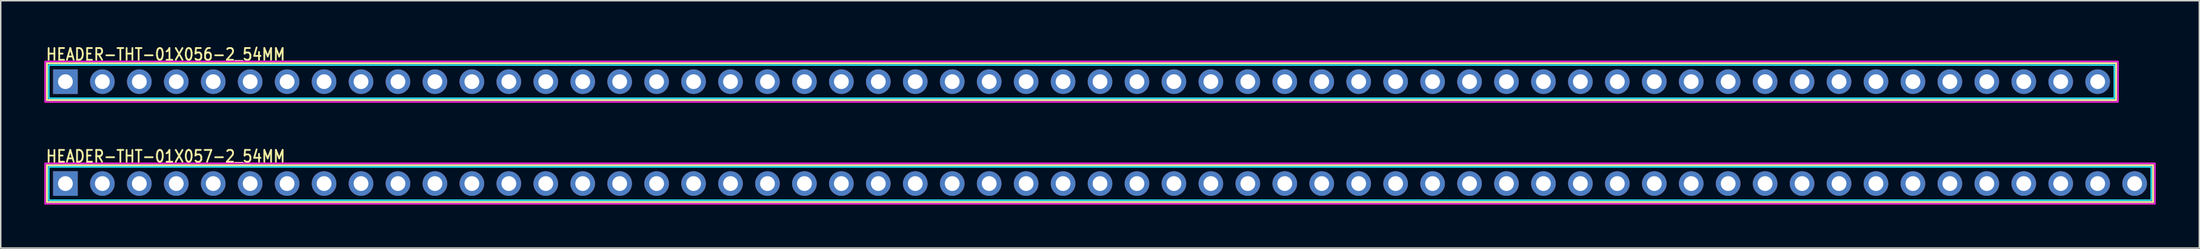
<source format=kicad_pcb>
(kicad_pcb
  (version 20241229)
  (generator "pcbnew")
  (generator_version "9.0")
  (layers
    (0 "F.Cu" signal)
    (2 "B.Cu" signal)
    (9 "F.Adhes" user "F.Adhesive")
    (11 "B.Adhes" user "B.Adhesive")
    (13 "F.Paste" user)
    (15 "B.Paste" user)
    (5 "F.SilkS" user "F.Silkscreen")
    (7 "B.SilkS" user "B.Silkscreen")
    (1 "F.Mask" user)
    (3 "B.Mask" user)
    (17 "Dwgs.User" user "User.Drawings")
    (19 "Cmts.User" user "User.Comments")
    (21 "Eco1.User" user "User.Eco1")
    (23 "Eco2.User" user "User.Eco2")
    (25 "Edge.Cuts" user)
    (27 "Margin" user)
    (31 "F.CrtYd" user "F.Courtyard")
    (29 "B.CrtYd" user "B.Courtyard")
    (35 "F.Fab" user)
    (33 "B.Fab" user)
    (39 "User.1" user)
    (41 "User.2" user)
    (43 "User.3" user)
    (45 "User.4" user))
  (footprint "HEADER-THT-01X057-2_54MM"
    (layer "F.Cu")
    (at 1.447 9.604)
    (property "Reference" "HEADER-THT-01X057-2_54MM" (at -1.4 -1.4 0) (unlocked yes) (layer "F.SilkS") (effects (font (size 0.813 0.695) (thickness 0.122)) (justify left bottom)))
    (fp_line (start -1.27 -1.27) (end -1.27 1.27) (stroke (width 0.127) (type solid)) (layer "F.SilkS"))
    (fp_line (start -1.27 1.27) (end 143.51 1.27) (stroke (width 0.127) (type solid)) (layer "F.SilkS"))
    (fp_line (start 143.51 -1.27) (end -1.27 -1.27) (stroke (width 0.127) (type solid)) (layer "F.SilkS"))
    (fp_line (start 143.51 1.27) (end 143.51 -1.27) (stroke (width 0.127) (type solid)) (layer "F.SilkS"))
    (fp_poly (pts (xy -1.143 -1.143) (xy 143.383 -1.143) (xy 143.383 1.143) (xy -1.143 1.143)) (stroke (width 0.1) (type solid)) (fill no) (layer "B.CrtYd"))
    (fp_poly (pts (xy -1.397 -1.397) (xy 143.637 -1.397) (xy 143.637 1.397) (xy -1.397 1.397)) (stroke (width 0.1) (type solid)) (fill no) (layer "F.CrtYd"))
    (pad "1" thru_hole rect (at 0 0) (size 1.693 1.693) (drill 1.016) (layers "*.Cu" "*.Mask"))
    (pad "2" thru_hole oval (at 2.54 0) (size 1.693 1.693) (drill 1.016) (layers "*.Cu" "*.Mask"))
    (pad "3" thru_hole oval (at 5.08 0) (size 1.693 1.693) (drill 1.016) (layers "*.Cu" "*.Mask"))
    (pad "4" thru_hole oval (at 7.62 0) (size 1.693 1.693) (drill 1.016) (layers "*.Cu" "*.Mask"))
    (pad "5" thru_hole oval (at 10.16 0) (size 1.693 1.693) (drill 1.016) (layers "*.Cu" "*.Mask"))
    (pad "6" thru_hole oval (at 12.7 0) (size 1.693 1.693) (drill 1.016) (layers "*.Cu" "*.Mask"))
    (pad "7" thru_hole oval (at 15.24 0) (size 1.693 1.693) (drill 1.016) (layers "*.Cu" "*.Mask"))
    (pad "8" thru_hole oval (at 17.78 0) (size 1.693 1.693) (drill 1.016) (layers "*.Cu" "*.Mask"))
    (pad "9" thru_hole oval (at 20.32 0) (size 1.693 1.693) (drill 1.016) (layers "*.Cu" "*.Mask"))
    (pad "10" thru_hole oval (at 22.86 0) (size 1.693 1.693) (drill 1.016) (layers "*.Cu" "*.Mask"))
    (pad "11" thru_hole oval (at 25.4 0) (size 1.693 1.693) (drill 1.016) (layers "*.Cu" "*.Mask"))
    (pad "12" thru_hole oval (at 27.94 0) (size 1.693 1.693) (drill 1.016) (layers "*.Cu" "*.Mask"))
    (pad "13" thru_hole oval (at 30.48 0) (size 1.693 1.693) (drill 1.016) (layers "*.Cu" "*.Mask"))
    (pad "14" thru_hole oval (at 33.02 0) (size 1.693 1.693) (drill 1.016) (layers "*.Cu" "*.Mask"))
    (pad "15" thru_hole oval (at 35.56 0) (size 1.693 1.693) (drill 1.016) (layers "*.Cu" "*.Mask"))
    (pad "16" thru_hole oval (at 38.1 0) (size 1.693 1.693) (drill 1.016) (layers "*.Cu" "*.Mask"))
    (pad "17" thru_hole oval (at 40.64 0) (size 1.693 1.693) (drill 1.016) (layers "*.Cu" "*.Mask"))
    (pad "18" thru_hole oval (at 43.18 0) (size 1.693 1.693) (drill 1.016) (layers "*.Cu" "*.Mask"))
    (pad "19" thru_hole oval (at 45.72 0) (size 1.693 1.693) (drill 1.016) (layers "*.Cu" "*.Mask"))
    (pad "20" thru_hole oval (at 48.26 0) (size 1.693 1.693) (drill 1.016) (layers "*.Cu" "*.Mask"))
    (pad "21" thru_hole oval (at 50.8 0) (size 1.693 1.693) (drill 1.016) (layers "*.Cu" "*.Mask"))
    (pad "22" thru_hole oval (at 53.34 0) (size 1.693 1.693) (drill 1.016) (layers "*.Cu" "*.Mask"))
    (pad "23" thru_hole oval (at 55.88 0) (size 1.693 1.693) (drill 1.016) (layers "*.Cu" "*.Mask"))
    (pad "24" thru_hole oval (at 58.42 0) (size 1.693 1.693) (drill 1.016) (layers "*.Cu" "*.Mask"))
    (pad "25" thru_hole oval (at 60.96 0) (size 1.693 1.693) (drill 1.016) (layers "*.Cu" "*.Mask"))
    (pad "26" thru_hole oval (at 63.5 0) (size 1.693 1.693) (drill 1.016) (layers "*.Cu" "*.Mask"))
    (pad "27" thru_hole oval (at 66.04 0) (size 1.693 1.693) (drill 1.016) (layers "*.Cu" "*.Mask"))
    (pad "28" thru_hole oval (at 68.58 0) (size 1.693 1.693) (drill 1.016) (layers "*.Cu" "*.Mask"))
    (pad "29" thru_hole oval (at 71.12 0) (size 1.693 1.693) (drill 1.016) (layers "*.Cu" "*.Mask"))
    (pad "30" thru_hole oval (at 73.66 0) (size 1.693 1.693) (drill 1.016) (layers "*.Cu" "*.Mask"))
    (pad "31" thru_hole oval (at 76.2 0) (size 1.693 1.693) (drill 1.016) (layers "*.Cu" "*.Mask"))
    (pad "32" thru_hole oval (at 78.74 0) (size 1.693 1.693) (drill 1.016) (layers "*.Cu" "*.Mask"))
    (pad "33" thru_hole oval (at 81.28 0) (size 1.693 1.693) (drill 1.016) (layers "*.Cu" "*.Mask"))
    (pad "34" thru_hole oval (at 83.82 0) (size 1.693 1.693) (drill 1.016) (layers "*.Cu" "*.Mask"))
    (pad "35" thru_hole oval (at 86.36 0) (size 1.693 1.693) (drill 1.016) (layers "*.Cu" "*.Mask"))
    (pad "36" thru_hole oval (at 88.9 0) (size 1.693 1.693) (drill 1.016) (layers "*.Cu" "*.Mask"))
    (pad "37" thru_hole oval (at 91.44 0) (size 1.693 1.693) (drill 1.016) (layers "*.Cu" "*.Mask"))
    (pad "38" thru_hole oval (at 93.98 0) (size 1.693 1.693) (drill 1.016) (layers "*.Cu" "*.Mask"))
    (pad "39" thru_hole oval (at 96.52 0) (size 1.693 1.693) (drill 1.016) (layers "*.Cu" "*.Mask"))
    (pad "40" thru_hole oval (at 99.06 0) (size 1.693 1.693) (drill 1.016) (layers "*.Cu" "*.Mask"))
    (pad "41" thru_hole oval (at 101.6 0) (size 1.693 1.693) (drill 1.016) (layers "*.Cu" "*.Mask"))
    (pad "42" thru_hole oval (at 104.14 0) (size 1.693 1.693) (drill 1.016) (layers "*.Cu" "*.Mask"))
    (pad "43" thru_hole oval (at 106.68 0) (size 1.693 1.693) (drill 1.016) (layers "*.Cu" "*.Mask"))
    (pad "44" thru_hole oval (at 109.22 0) (size 1.693 1.693) (drill 1.016) (layers "*.Cu" "*.Mask"))
    (pad "45" thru_hole oval (at 111.76 0) (size 1.693 1.693) (drill 1.016) (layers "*.Cu" "*.Mask"))
    (pad "46" thru_hole oval (at 114.3 0) (size 1.693 1.693) (drill 1.016) (layers "*.Cu" "*.Mask"))
    (pad "47" thru_hole oval (at 116.84 0) (size 1.693 1.693) (drill 1.016) (layers "*.Cu" "*.Mask"))
    (pad "48" thru_hole oval (at 119.38 0) (size 1.693 1.693) (drill 1.016) (layers "*.Cu" "*.Mask"))
    (pad "49" thru_hole oval (at 121.92 0) (size 1.693 1.693) (drill 1.016) (layers "*.Cu" "*.Mask"))
    (pad "50" thru_hole oval (at 124.46 0) (size 1.693 1.693) (drill 1.016) (layers "*.Cu" "*.Mask"))
    (pad "51" thru_hole oval (at 127 0) (size 1.693 1.693) (drill 1.016) (layers "*.Cu" "*.Mask"))
    (pad "52" thru_hole oval (at 129.54 0) (size 1.693 1.693) (drill 1.016) (layers "*.Cu" "*.Mask"))
    (pad "53" thru_hole oval (at 132.08 0) (size 1.693 1.693) (drill 1.016) (layers "*.Cu" "*.Mask"))
    (pad "54" thru_hole oval (at 134.62 0) (size 1.693 1.693) (drill 1.016) (layers "*.Cu" "*.Mask"))
    (pad "55" thru_hole oval (at 137.16 0) (size 1.693 1.693) (drill 1.016) (layers "*.Cu" "*.Mask"))
    (pad "56" thru_hole oval (at 139.7 0) (size 1.693 1.693) (drill 1.016) (layers "*.Cu" "*.Mask"))
    (pad "57" thru_hole oval (at 142.24 0) (size 1.693 1.693) (drill 1.016) (layers "*.Cu" "*.Mask")))
  (footprint "HEADER-THT-01X056-2_54MM"
    (layer "F.Cu")
    (at 1.447 2.579)
    (property "Reference" "HEADER-THT-01X056-2_54MM" (at -1.4 -1.4 0) (unlocked yes) (layer "F.SilkS") (effects (font (size 0.813 0.695) (thickness 0.122)) (justify left bottom)))
    (fp_line (start -1.27 -1.27) (end -1.27 1.27) (stroke (width 0.127) (type solid)) (layer "F.SilkS"))
    (fp_line (start -1.27 1.27) (end 140.97 1.27) (stroke (width 0.127) (type solid)) (layer "F.SilkS"))
    (fp_line (start 140.97 -1.27) (end -1.27 -1.27) (stroke (width 0.127) (type solid)) (layer "F.SilkS"))
    (fp_line (start 140.97 1.27) (end 140.97 -1.27) (stroke (width 0.127) (type solid)) (layer "F.SilkS"))
    (fp_poly (pts (xy -1.143 -1.143) (xy 140.843 -1.143) (xy 140.843 1.143) (xy -1.143 1.143)) (stroke (width 0.1) (type solid)) (fill no) (layer "B.CrtYd"))
    (fp_poly (pts (xy -1.397 -1.397) (xy 141.097 -1.397) (xy 141.097 1.397) (xy -1.397 1.397)) (stroke (width 0.1) (type solid)) (fill no) (layer "F.CrtYd"))
    (pad "1" thru_hole rect (at 0 0) (size 1.693 1.693) (drill 1.016) (layers "*.Cu" "*.Mask"))
    (pad "2" thru_hole oval (at 2.54 0) (size 1.693 1.693) (drill 1.016) (layers "*.Cu" "*.Mask"))
    (pad "3" thru_hole oval (at 5.08 0) (size 1.693 1.693) (drill 1.016) (layers "*.Cu" "*.Mask"))
    (pad "4" thru_hole oval (at 7.62 0) (size 1.693 1.693) (drill 1.016) (layers "*.Cu" "*.Mask"))
    (pad "5" thru_hole oval (at 10.16 0) (size 1.693 1.693) (drill 1.016) (layers "*.Cu" "*.Mask"))
    (pad "6" thru_hole oval (at 12.7 0) (size 1.693 1.693) (drill 1.016) (layers "*.Cu" "*.Mask"))
    (pad "7" thru_hole oval (at 15.24 0) (size 1.693 1.693) (drill 1.016) (layers "*.Cu" "*.Mask"))
    (pad "8" thru_hole oval (at 17.78 0) (size 1.693 1.693) (drill 1.016) (layers "*.Cu" "*.Mask"))
    (pad "9" thru_hole oval (at 20.32 0) (size 1.693 1.693) (drill 1.016) (layers "*.Cu" "*.Mask"))
    (pad "10" thru_hole oval (at 22.86 0) (size 1.693 1.693) (drill 1.016) (layers "*.Cu" "*.Mask"))
    (pad "11" thru_hole oval (at 25.4 0) (size 1.693 1.693) (drill 1.016) (layers "*.Cu" "*.Mask"))
    (pad "12" thru_hole oval (at 27.94 0) (size 1.693 1.693) (drill 1.016) (layers "*.Cu" "*.Mask"))
    (pad "13" thru_hole oval (at 30.48 0) (size 1.693 1.693) (drill 1.016) (layers "*.Cu" "*.Mask"))
    (pad "14" thru_hole oval (at 33.02 0) (size 1.693 1.693) (drill 1.016) (layers "*.Cu" "*.Mask"))
    (pad "15" thru_hole oval (at 35.56 0) (size 1.693 1.693) (drill 1.016) (layers "*.Cu" "*.Mask"))
    (pad "16" thru_hole oval (at 38.1 0) (size 1.693 1.693) (drill 1.016) (layers "*.Cu" "*.Mask"))
    (pad "17" thru_hole oval (at 40.64 0) (size 1.693 1.693) (drill 1.016) (layers "*.Cu" "*.Mask"))
    (pad "18" thru_hole oval (at 43.18 0) (size 1.693 1.693) (drill 1.016) (layers "*.Cu" "*.Mask"))
    (pad "19" thru_hole oval (at 45.72 0) (size 1.693 1.693) (drill 1.016) (layers "*.Cu" "*.Mask"))
    (pad "20" thru_hole oval (at 48.26 0) (size 1.693 1.693) (drill 1.016) (layers "*.Cu" "*.Mask"))
    (pad "21" thru_hole oval (at 50.8 0) (size 1.693 1.693) (drill 1.016) (layers "*.Cu" "*.Mask"))
    (pad "22" thru_hole oval (at 53.34 0) (size 1.693 1.693) (drill 1.016) (layers "*.Cu" "*.Mask"))
    (pad "23" thru_hole oval (at 55.88 0) (size 1.693 1.693) (drill 1.016) (layers "*.Cu" "*.Mask"))
    (pad "24" thru_hole oval (at 58.42 0) (size 1.693 1.693) (drill 1.016) (layers "*.Cu" "*.Mask"))
    (pad "25" thru_hole oval (at 60.96 0) (size 1.693 1.693) (drill 1.016) (layers "*.Cu" "*.Mask"))
    (pad "26" thru_hole oval (at 63.5 0) (size 1.693 1.693) (drill 1.016) (layers "*.Cu" "*.Mask"))
    (pad "27" thru_hole oval (at 66.04 0) (size 1.693 1.693) (drill 1.016) (layers "*.Cu" "*.Mask"))
    (pad "28" thru_hole oval (at 68.58 0) (size 1.693 1.693) (drill 1.016) (layers "*.Cu" "*.Mask"))
    (pad "29" thru_hole oval (at 71.12 0) (size 1.693 1.693) (drill 1.016) (layers "*.Cu" "*.Mask"))
    (pad "30" thru_hole oval (at 73.66 0) (size 1.693 1.693) (drill 1.016) (layers "*.Cu" "*.Mask"))
    (pad "31" thru_hole oval (at 76.2 0) (size 1.693 1.693) (drill 1.016) (layers "*.Cu" "*.Mask"))
    (pad "32" thru_hole oval (at 78.74 0) (size 1.693 1.693) (drill 1.016) (layers "*.Cu" "*.Mask"))
    (pad "33" thru_hole oval (at 81.28 0) (size 1.693 1.693) (drill 1.016) (layers "*.Cu" "*.Mask"))
    (pad "34" thru_hole oval (at 83.82 0) (size 1.693 1.693) (drill 1.016) (layers "*.Cu" "*.Mask"))
    (pad "35" thru_hole oval (at 86.36 0) (size 1.693 1.693) (drill 1.016) (layers "*.Cu" "*.Mask"))
    (pad "36" thru_hole oval (at 88.9 0) (size 1.693 1.693) (drill 1.016) (layers "*.Cu" "*.Mask"))
    (pad "37" thru_hole oval (at 91.44 0) (size 1.693 1.693) (drill 1.016) (layers "*.Cu" "*.Mask"))
    (pad "38" thru_hole oval (at 93.98 0) (size 1.693 1.693) (drill 1.016) (layers "*.Cu" "*.Mask"))
    (pad "39" thru_hole oval (at 96.52 0) (size 1.693 1.693) (drill 1.016) (layers "*.Cu" "*.Mask"))
    (pad "40" thru_hole oval (at 99.06 0) (size 1.693 1.693) (drill 1.016) (layers "*.Cu" "*.Mask"))
    (pad "41" thru_hole oval (at 101.6 0) (size 1.693 1.693) (drill 1.016) (layers "*.Cu" "*.Mask"))
    (pad "42" thru_hole oval (at 104.14 0) (size 1.693 1.693) (drill 1.016) (layers "*.Cu" "*.Mask"))
    (pad "43" thru_hole oval (at 106.68 0) (size 1.693 1.693) (drill 1.016) (layers "*.Cu" "*.Mask"))
    (pad "44" thru_hole oval (at 109.22 0) (size 1.693 1.693) (drill 1.016) (layers "*.Cu" "*.Mask"))
    (pad "45" thru_hole oval (at 111.76 0) (size 1.693 1.693) (drill 1.016) (layers "*.Cu" "*.Mask"))
    (pad "46" thru_hole oval (at 114.3 0) (size 1.693 1.693) (drill 1.016) (layers "*.Cu" "*.Mask"))
    (pad "47" thru_hole oval (at 116.84 0) (size 1.693 1.693) (drill 1.016) (layers "*.Cu" "*.Mask"))
    (pad "48" thru_hole oval (at 119.38 0) (size 1.693 1.693) (drill 1.016) (layers "*.Cu" "*.Mask"))
    (pad "49" thru_hole oval (at 121.92 0) (size 1.693 1.693) (drill 1.016) (layers "*.Cu" "*.Mask"))
    (pad "50" thru_hole oval (at 124.46 0) (size 1.693 1.693) (drill 1.016) (layers "*.Cu" "*.Mask"))
    (pad "51" thru_hole oval (at 127 0) (size 1.693 1.693) (drill 1.016) (layers "*.Cu" "*.Mask"))
    (pad "52" thru_hole oval (at 129.54 0) (size 1.693 1.693) (drill 1.016) (layers "*.Cu" "*.Mask"))
    (pad "53" thru_hole oval (at 132.08 0) (size 1.693 1.693) (drill 1.016) (layers "*.Cu" "*.Mask"))
    (pad "54" thru_hole oval (at 134.62 0) (size 1.693 1.693) (drill 1.016) (layers "*.Cu" "*.Mask"))
    (pad "55" thru_hole oval (at 137.16 0) (size 1.693 1.693) (drill 1.016) (layers "*.Cu" "*.Mask"))
    (pad "56" thru_hole oval (at 139.7 0) (size 1.693 1.693) (drill 1.016) (layers "*.Cu" "*.Mask")))
  (gr_rect
    (start -3 -3)
    (end 148.134 14.051)
    (stroke (width 0.1) (type default))
    (fill no)
    (layer "Edge.Cuts")))
</source>
